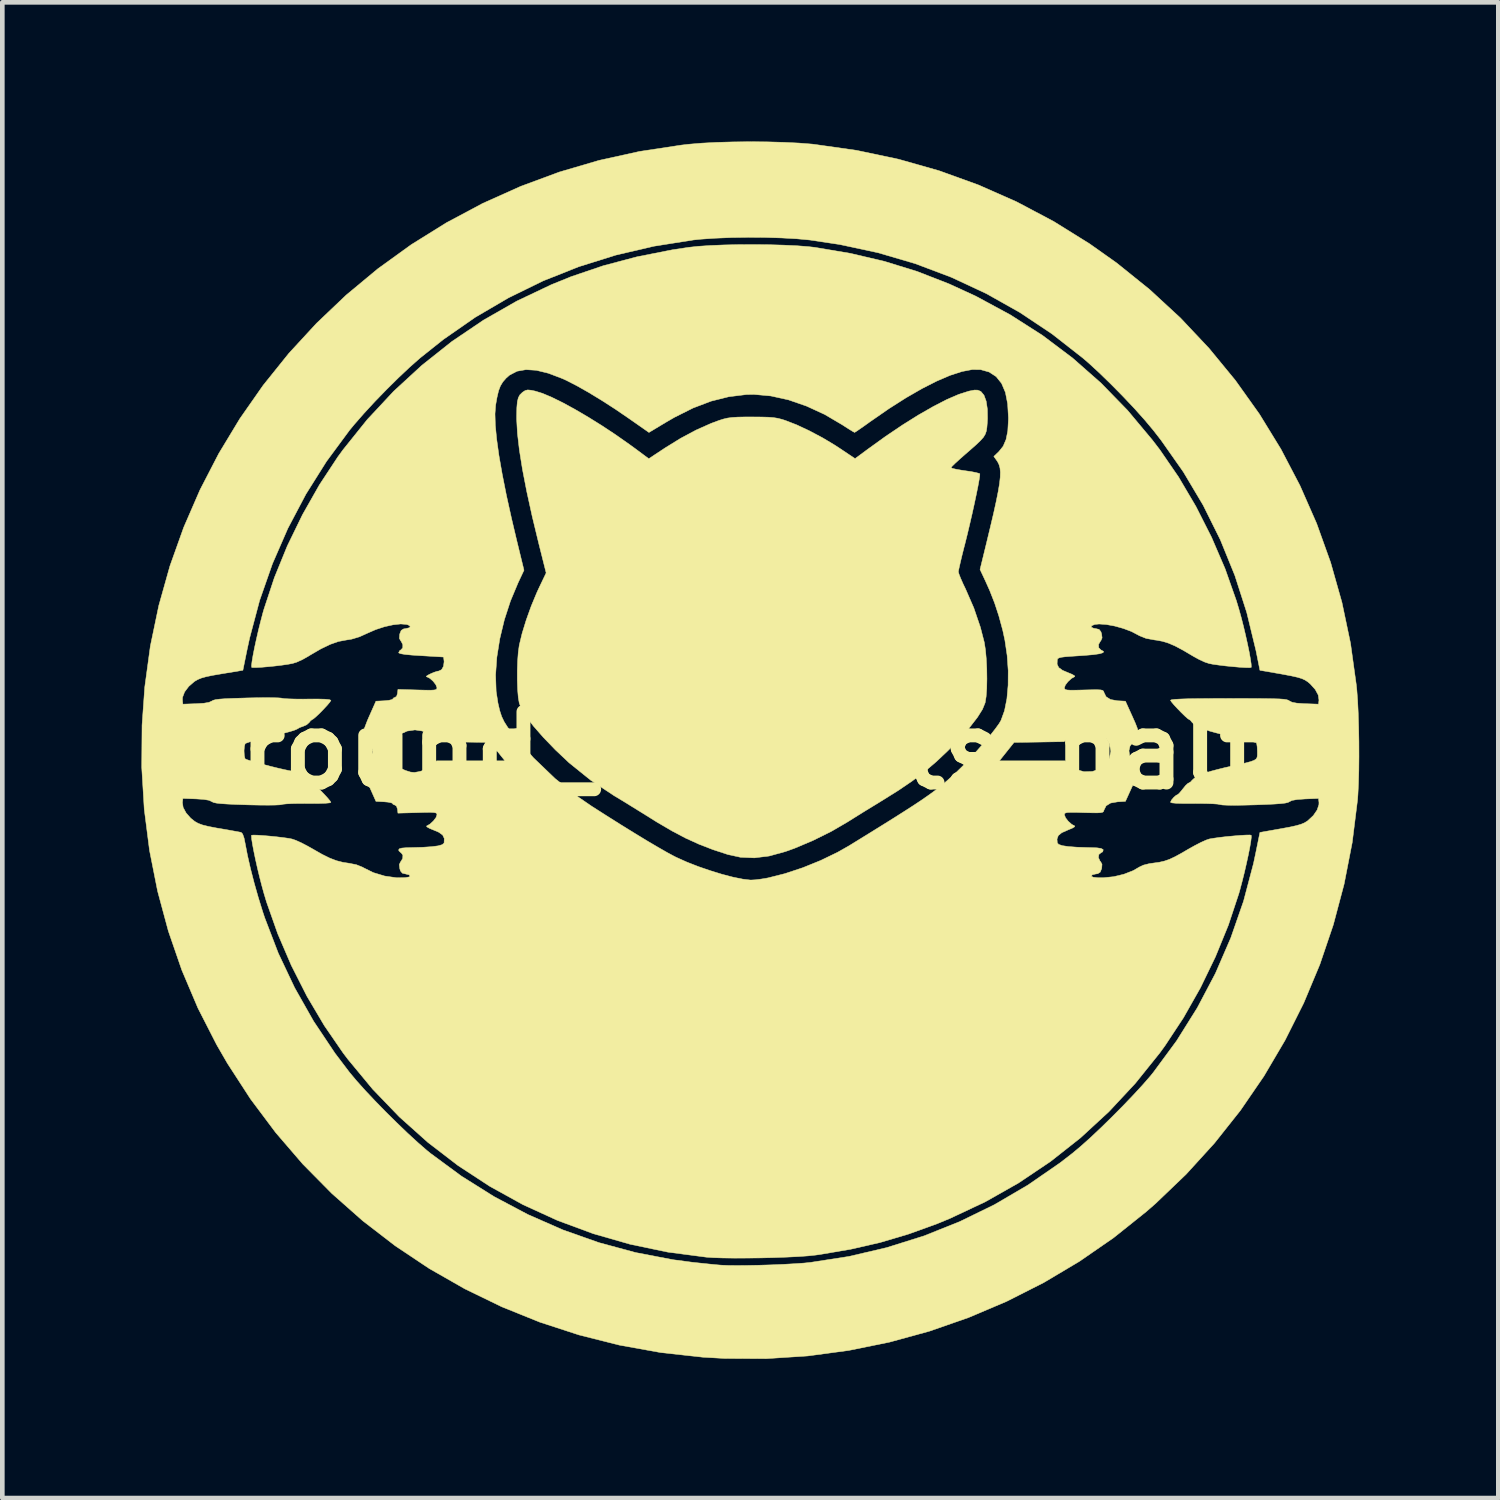
<source format=kicad_pcb>
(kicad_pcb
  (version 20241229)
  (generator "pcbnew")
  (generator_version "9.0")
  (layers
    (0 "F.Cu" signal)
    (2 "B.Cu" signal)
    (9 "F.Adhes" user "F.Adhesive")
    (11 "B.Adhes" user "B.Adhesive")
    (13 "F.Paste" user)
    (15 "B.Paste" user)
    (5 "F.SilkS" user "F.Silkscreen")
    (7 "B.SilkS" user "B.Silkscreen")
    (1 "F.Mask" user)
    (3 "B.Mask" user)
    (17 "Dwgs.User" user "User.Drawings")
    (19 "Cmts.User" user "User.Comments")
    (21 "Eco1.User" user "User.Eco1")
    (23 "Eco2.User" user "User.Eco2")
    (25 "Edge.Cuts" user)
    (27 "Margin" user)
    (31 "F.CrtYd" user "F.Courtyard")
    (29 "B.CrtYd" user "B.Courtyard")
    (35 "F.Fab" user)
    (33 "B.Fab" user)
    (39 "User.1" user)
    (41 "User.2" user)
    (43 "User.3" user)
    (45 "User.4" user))
  (footprint "round_suncats_half"
    (layer "F.Cu")
    (at 13.132 13.129)
    (property "Reference" "round_suncats_half" (at 0 0 0) (layer "F.SilkS") (effects (font (size 1.524 1.524) (thickness 0.3))))
    (attr through_hole)
    (fp_poly (pts (xy -4.734 -7.767) (xy -4.648 -7.749) (xy -4.489 -7.7) (xy -4.288 -7.615) (xy -4.052 -7.499) (xy -3.79 -7.356) (xy -3.508 -7.191) (xy -3.214 -7.008) (xy -2.916 -6.811) (xy -2.621 -6.604) (xy -2.49 -6.509) (xy -2.197 -6.291) (xy -1.843 -6.525) (xy -1.511 -6.73) (xy -1.176 -6.909) (xy -0.855 -7.052) (xy -0.683 -7.116) (xy -0.588 -7.146) (xy -0.499 -7.167) (xy -0.401 -7.18) (xy -0.279 -7.188) (xy -0.12 -7.191) (xy 0.032 -7.191) (xy 0.229 -7.19) (xy 0.377 -7.186) (xy 0.491 -7.177) (xy 0.585 -7.162) (xy 0.674 -7.139) (xy 0.746 -7.116) (xy 0.991 -7.021) (xy 1.264 -6.893) (xy 1.547 -6.743) (xy 1.819 -6.58) (xy 1.926 -6.51) (xy 2.25 -6.293) (xy 2.53 -6.5) (xy 2.909 -6.773) (xy 3.274 -7.019) (xy 3.619 -7.235) (xy 3.939 -7.418) (xy 4.228 -7.567) (xy 4.483 -7.677) (xy 4.698 -7.746) (xy 4.721 -7.751) (xy 4.826 -7.771) (xy 4.894 -7.769) (xy 4.95 -7.746) (xy 4.965 -7.737) (xy 5.029 -7.66) (xy 5.076 -7.531) (xy 5.102 -7.359) (xy 5.105 -7.154) (xy 5.1 -7.067) (xy 5.092 -6.967) (xy 5.08 -6.888) (xy 5.057 -6.821) (xy 5.018 -6.755) (xy 4.954 -6.683) (xy 4.861 -6.594) (xy 4.731 -6.479) (xy 4.612 -6.376) (xy 4.499 -6.276) (xy 4.406 -6.191) (xy 4.343 -6.129) (xy 4.318 -6.098) (xy 4.318 -6.097) (xy 4.347 -6.083) (xy 4.426 -6.064) (xy 4.541 -6.044) (xy 4.62 -6.032) (xy 4.752 -6.013) (xy 4.858 -5.992) (xy 4.924 -5.974) (xy 4.939 -5.966) (xy 4.938 -5.926) (xy 4.924 -5.833) (xy 4.899 -5.696) (xy 4.864 -5.524) (xy 4.822 -5.325) (xy 4.774 -5.108) (xy 4.722 -4.882) (xy 4.668 -4.655) (xy 4.614 -4.437) (xy 4.601 -4.389) (xy 4.558 -4.219) (xy 4.522 -4.068) (xy 4.495 -3.949) (xy 4.479 -3.872) (xy 4.477 -3.852) (xy 4.49 -3.804) (xy 4.526 -3.712) (xy 4.579 -3.592) (xy 4.633 -3.48) (xy 4.81 -3.073) (xy 4.951 -2.659) (xy 5.035 -2.334) (xy 5.06 -2.175) (xy 5.078 -1.979) (xy 5.089 -1.764) (xy 5.092 -1.545) (xy 5.088 -1.339) (xy 5.075 -1.163) (xy 5.054 -1.032) (xy 5.053 -1.028) (xy 4.997 -0.89) (xy 4.889 -0.718) (xy 4.731 -0.514) (xy 4.526 -0.281) (xy 4.273 -0.019) (xy 4.251 0.003) (xy 4.005 0.236) (xy 3.755 0.449) (xy 3.486 0.653) (xy 3.185 0.858) (xy 2.857 1.063) (xy 2.675 1.175) (xy 2.483 1.292) (xy 2.301 1.405) (xy 2.148 1.501) (xy 2.096 1.534) (xy 1.737 1.743) (xy 1.344 1.938) (xy 0.947 2.106) (xy 0.746 2.178) (xy 0.4 2.273) (xy 0.08 2.313) (xy -0.222 2.3) (xy -0.492 2.241) (xy -0.815 2.135) (xy -1.112 2.02) (xy -1.4 1.889) (xy -1.694 1.734) (xy -2.012 1.548) (xy -2.159 1.456) (xy -2.344 1.341) (xy -2.546 1.216) (xy -2.743 1.094) (xy -2.914 0.991) (xy -2.943 0.974) (xy -3.449 0.639) (xy -3.913 0.265) (xy -4.209 -0.014) (xy -4.473 -0.288) (xy -4.683 -0.528) (xy -4.84 -0.734) (xy -4.944 -0.906) (xy -4.989 -1.023) (xy -5.01 -1.146) (xy -5.024 -1.315) (xy -5.031 -1.514) (xy -5.031 -1.725) (xy -5.024 -1.932) (xy -5.01 -2.119) (xy -4.989 -2.268) (xy -4.989 -2.27) (xy -4.927 -2.527) (xy -4.838 -2.816) (xy -4.731 -3.114) (xy -4.612 -3.4) (xy -4.57 -3.492) (xy -4.409 -3.829) (xy -4.568 -4.462) (xy -4.71 -5.05) (xy -4.827 -5.583) (xy -4.919 -6.058) (xy -4.986 -6.477) (xy -5.028 -6.839) (xy -5.045 -7.143) (xy -5.045 -7.217) (xy -5.041 -7.393) (xy -5.03 -7.518) (xy -5.009 -7.605) (xy -4.976 -7.667) (xy -4.926 -7.716) (xy -4.914 -7.726) (xy -4.86 -7.761) (xy -4.807 -7.774) (xy -4.734 -7.767)) (stroke (width 0.01) (type solid)) (fill yes) (layer "F.SilkS"))
    (fp_poly (pts (xy 0.359 -13.121) (xy 0.716 -13.111) (xy 1.042 -13.095) (xy 1.323 -13.073) (xy 1.357 -13.069) (xy 2.282 -12.938) (xy 3.183 -12.748) (xy 4.058 -12.5) (xy 4.908 -12.193) (xy 5.732 -11.829) (xy 6.531 -11.406) (xy 7.304 -10.925) (xy 7.89 -10.51) (xy 8.6 -9.938) (xy 9.264 -9.325) (xy 9.88 -8.671) (xy 10.448 -7.98) (xy 10.965 -7.255) (xy 11.43 -6.497) (xy 11.842 -5.709) (xy 12.2 -4.894) (xy 12.501 -4.055) (xy 12.745 -3.193) (xy 12.93 -2.312) (xy 13.055 -1.413) (xy 13.066 -1.307) (xy 13.083 -1.081) (xy 13.096 -0.809) (xy 13.105 -0.508) (xy 13.111 -0.189) (xy 13.112 0.131) (xy 13.109 0.438) (xy 13.101 0.719) (xy 13.089 0.959) (xy 13.081 1.064) (xy 12.967 1.98) (xy 12.792 2.878) (xy 12.559 3.756) (xy 12.269 4.611) (xy 11.922 5.441) (xy 11.52 6.243) (xy 11.065 7.016) (xy 10.557 7.757) (xy 9.997 8.463) (xy 9.387 9.133) (xy 8.728 9.764) (xy 8.525 9.941) (xy 7.822 10.503) (xy 7.084 11.013) (xy 6.315 11.47) (xy 5.517 11.874) (xy 4.695 12.223) (xy 3.851 12.517) (xy 2.99 12.753) (xy 2.115 12.931) (xy 1.23 13.05) (xy 0.337 13.108) (xy -0.559 13.104) (xy -1.032 13.077) (xy -1.939 12.977) (xy -2.828 12.817) (xy -3.698 12.598) (xy -4.545 12.322) (xy -5.367 11.99) (xy -6.162 11.604) (xy -6.929 11.166) (xy -7.663 10.676) (xy -8.364 10.136) (xy -9.029 9.548) (xy -9.655 8.914) (xy -10.24 8.234) (xy -10.782 7.51) (xy -11.279 6.744) (xy -11.512 6.341) (xy -11.916 5.55) (xy -12.263 4.732) (xy -12.553 3.891) (xy -12.785 3.03) (xy -12.959 2.152) (xy -13.073 1.261) (xy -13.081 1.122) (xy -12.25 1.122) (xy -12.234 1.227) (xy -12.171 1.344) (xy -12.072 1.457) (xy -11.982 1.529) (xy -11.909 1.57) (xy -11.814 1.605) (xy -11.684 1.637) (xy -11.507 1.671) (xy -11.446 1.681) (xy -11.288 1.708) (xy -11.15 1.733) (xy -11.045 1.752) (xy -10.988 1.763) (xy -10.984 1.764) (xy -10.951 1.8) (xy -10.92 1.889) (xy -10.893 2.024) (xy -10.846 2.267) (xy -10.781 2.551) (xy -10.702 2.858) (xy -10.613 3.171) (xy -10.52 3.472) (xy -10.477 3.601) (xy -10.184 4.366) (xy -9.831 5.112) (xy -9.423 5.833) (xy -8.962 6.523) (xy -8.648 6.937) (xy -8.499 7.115) (xy -8.312 7.324) (xy -8.097 7.552) (xy -7.866 7.789) (xy -7.628 8.024) (xy -7.395 8.248) (xy -7.176 8.449) (xy -6.983 8.617) (xy -6.906 8.68) (xy -6.235 9.174) (xy -5.532 9.615) (xy -4.801 10.002) (xy -4.047 10.333) (xy -3.272 10.607) (xy -2.481 10.821) (xy -1.678 10.975) (xy -1.254 11.031) (xy -1.075 11.05) (xy -0.902 11.068) (xy -0.754 11.083) (xy -0.647 11.092) (xy -0.635 11.093) (xy -0.489 11.099) (xy -0.294 11.101) (xy -0.063 11.099) (xy 0.19 11.094) (xy 0.452 11.086) (xy 0.708 11.075) (xy 0.944 11.062) (xy 1.148 11.048) (xy 1.286 11.034) (xy 2.118 10.905) (xy 2.934 10.714) (xy 3.73 10.464) (xy 4.504 10.155) (xy 5.254 9.789) (xy 5.976 9.366) (xy 6.668 8.888) (xy 6.937 8.68) (xy 7.115 8.531) (xy 7.324 8.344) (xy 7.552 8.129) (xy 7.789 7.897) (xy 8.024 7.66) (xy 8.248 7.426) (xy 8.449 7.208) (xy 8.617 7.015) (xy 8.68 6.937) (xy 9.181 6.257) (xy 9.627 5.545) (xy 10.017 4.805) (xy 10.349 4.038) (xy 10.624 3.247) (xy 10.839 2.433) (xy 10.89 2.192) (xy 10.977 1.765) (xy 11.434 1.684) (xy 11.624 1.649) (xy 11.763 1.618) (xy 11.863 1.589) (xy 11.937 1.558) (xy 11.997 1.521) (xy 12.009 1.512) (xy 12.128 1.401) (xy 12.211 1.28) (xy 12.249 1.164) (xy 12.25 1.12) (xy 12.24 1.032) (xy 11.954 1.043) (xy 11.782 1.055) (xy 11.668 1.075) (xy 11.615 1.101) (xy 11.583 1.118) (xy 11.524 1.132) (xy 11.431 1.143) (xy 11.296 1.153) (xy 11.112 1.162) (xy 10.872 1.171) (xy 10.869 1.171) (xy 10.634 1.177) (xy 10.434 1.18) (xy 10.276 1.178) (xy 10.167 1.173) (xy 10.114 1.164) (xy 10.114 1.164) (xy 10.063 1.154) (xy 9.96 1.147) (xy 9.818 1.142) (xy 9.651 1.14) (xy 9.551 1.141) (xy 9.332 1.141) (xy 9.176 1.137) (xy 9.081 1.128) (xy 9.049 1.114) (xy 9.049 1.113) (xy 9.07 1.068) (xy 9.119 1.01) (xy 9.172 0.964) (xy 9.2 0.952) (xy 9.231 0.928) (xy 9.283 0.868) (xy 9.317 0.825) (xy 9.377 0.751) (xy 9.427 0.706) (xy 9.444 0.699) (xy 9.486 0.674) (xy 9.515 0.639) (xy 9.573 0.587) (xy 9.642 0.557) (xy 9.725 0.527) (xy 9.779 0.496) (xy 9.826 0.475) (xy 9.922 0.445) (xy 10.057 0.409) (xy 10.217 0.369) (xy 10.303 0.35) (xy 10.513 0.303) (xy 10.67 0.267) (xy 10.781 0.237) (xy 10.853 0.21) (xy 10.896 0.181) (xy 10.916 0.146) (xy 10.922 0.1) (xy 10.922 0.04) (xy 10.922 0.019) (xy 10.918 -0.08) (xy 10.908 -0.149) (xy 10.898 -0.169) (xy 10.861 -0.181) (xy 10.772 -0.204) (xy 10.643 -0.235) (xy 10.484 -0.273) (xy 10.351 -0.303) (xy 10.174 -0.345) (xy 10.016 -0.386) (xy 9.89 -0.421) (xy 9.807 -0.449) (xy 9.779 -0.463) (xy 9.713 -0.501) (xy 9.642 -0.525) (xy 9.563 -0.562) (xy 9.515 -0.607) (xy 9.476 -0.655) (xy 9.455 -0.667) (xy 9.422 -0.688) (xy 9.359 -0.744) (xy 9.279 -0.822) (xy 9.196 -0.908) (xy 9.121 -0.989) (xy 9.068 -1.053) (xy 9.049 -1.085) (xy 9.073 -1.095) (xy 9.146 -1.104) (xy 9.27 -1.111) (xy 9.447 -1.117) (xy 9.679 -1.12) (xy 9.968 -1.122) (xy 10.316 -1.123) (xy 10.726 -1.122) (xy 10.836 -1.122) (xy 11.075 -1.12) (xy 11.259 -1.117) (xy 11.395 -1.113) (xy 11.491 -1.106) (xy 11.555 -1.096) (xy 11.595 -1.082) (xy 11.614 -1.069) (xy 11.67 -1.041) (xy 11.77 -1.022) (xy 11.922 -1.011) (xy 11.954 -1.01) (xy 12.24 -1) (xy 12.25 -1.088) (xy 12.234 -1.197) (xy 12.169 -1.317) (xy 12.064 -1.434) (xy 12.009 -1.481) (xy 11.951 -1.519) (xy 11.882 -1.551) (xy 11.79 -1.579) (xy 11.662 -1.608) (xy 11.487 -1.641) (xy 11.434 -1.651) (xy 10.977 -1.73) (xy 10.891 -2.159) (xy 10.693 -2.976) (xy 10.437 -3.773) (xy 10.123 -4.545) (xy 9.752 -5.291) (xy 9.326 -6.007) (xy 8.846 -6.69) (xy 8.678 -6.906) (xy 8.492 -7.128) (xy 8.27 -7.376) (xy 8.024 -7.636) (xy 7.768 -7.896) (xy 7.516 -8.141) (xy 7.28 -8.358) (xy 7.16 -8.461) (xy 6.497 -8.98) (xy 5.803 -9.443) (xy 5.08 -9.85) (xy 4.328 -10.201) (xy 3.55 -10.495) (xy 2.746 -10.731) (xy 1.917 -10.909) (xy 1.27 -11.006) (xy 0.991 -11.032) (xy 0.666 -11.05) (xy 0.312 -11.061) (xy -0.057 -11.063) (xy -0.421 -11.058) (xy -0.767 -11.044) (xy -1.075 -11.023) (xy -1.238 -11.006) (xy -2.085 -10.872) (xy -2.908 -10.68) (xy -3.706 -10.43) (xy -4.478 -10.123) (xy -5.223 -9.758) (xy -5.94 -9.338) (xy -6.626 -8.861) (xy -7.128 -8.461) (xy -7.349 -8.266) (xy -7.594 -8.035) (xy -7.85 -7.782) (xy -8.103 -7.521) (xy -8.34 -7.264) (xy -8.548 -7.026) (xy -8.647 -6.906) (xy -9.144 -6.233) (xy -9.587 -5.528) (xy -9.976 -4.791) (xy -10.309 -4.027) (xy -10.585 -3.238) (xy -10.801 -2.426) (xy -10.859 -2.159) (xy -10.946 -1.731) (xy -11.402 -1.655) (xy -11.594 -1.622) (xy -11.735 -1.593) (xy -11.839 -1.564) (xy -11.917 -1.532) (xy -11.983 -1.494) (xy -11.991 -1.489) (xy -12.113 -1.383) (xy -12.202 -1.265) (xy -12.247 -1.148) (xy -12.25 -1.088) (xy -12.24 -1) (xy -11.954 -1.01) (xy -11.788 -1.02) (xy -11.677 -1.039) (xy -11.617 -1.067) (xy -11.616 -1.067) (xy -11.586 -1.084) (xy -11.532 -1.098) (xy -11.446 -1.109) (xy -11.32 -1.118) (xy -11.148 -1.125) (xy -10.921 -1.132) (xy -10.865 -1.134) (xy -10.658 -1.138) (xy -10.47 -1.14) (xy -10.311 -1.139) (xy -10.191 -1.136) (xy -10.12 -1.131) (xy -10.108 -1.128) (xy -10.057 -1.12) (xy -9.955 -1.114) (xy -9.814 -1.11) (xy -9.647 -1.109) (xy -9.549 -1.11) (xy -9.333 -1.111) (xy -9.18 -1.107) (xy -9.085 -1.098) (xy -9.049 -1.084) (xy -9.049 -1.082) (xy -9.07 -1.046) (xy -9.125 -0.98) (xy -9.201 -0.898) (xy -9.284 -0.812) (xy -9.363 -0.737) (xy -9.425 -0.684) (xy -9.454 -0.667) (xy -9.488 -0.643) (xy -9.515 -0.607) (xy -9.573 -0.555) (xy -9.642 -0.525) (xy -9.725 -0.495) (xy -9.779 -0.463) (xy -9.825 -0.443) (xy -9.921 -0.412) (xy -10.057 -0.375) (xy -10.221 -0.334) (xy -10.351 -0.303) (xy -10.525 -0.262) (xy -10.678 -0.222) (xy -10.798 -0.187) (xy -10.875 -0.16) (xy -10.898 -0.147) (xy -10.913 -0.094) (xy -10.921 -0.007) (xy -10.921 0.016) (xy -10.916 0.106) (xy -10.902 0.17) (xy -10.898 0.178) (xy -10.862 0.195) (xy -10.777 0.223) (xy -10.656 0.259) (xy -10.51 0.298) (xy -10.354 0.339) (xy -10.2 0.377) (xy -10.06 0.409) (xy -9.948 0.433) (xy -9.875 0.444) (xy -9.865 0.445) (xy -9.806 0.467) (xy -9.781 0.49) (xy -9.723 0.53) (xy -9.648 0.556) (xy -9.567 0.591) (xy -9.516 0.638) (xy -9.477 0.686) (xy -9.455 0.699) (xy -9.422 0.72) (xy -9.359 0.776) (xy -9.279 0.854) (xy -9.196 0.94) (xy -9.121 1.021) (xy -9.068 1.085) (xy -9.049 1.117) (xy -9.079 1.128) (xy -9.165 1.136) (xy -9.299 1.14) (xy -9.473 1.141) (xy -9.552 1.141) (xy -9.727 1.14) (xy -9.883 1.143) (xy -10.006 1.149) (xy -10.085 1.157) (xy -10.105 1.163) (xy -10.151 1.17) (xy -10.251 1.175) (xy -10.395 1.177) (xy -10.575 1.176) (xy -10.781 1.172) (xy -10.858 1.17) (xy -11.099 1.162) (xy -11.284 1.153) (xy -11.42 1.144) (xy -11.515 1.133) (xy -11.576 1.12) (xy -11.611 1.104) (xy -11.615 1.101) (xy -11.676 1.072) (xy -11.789 1.053) (xy -11.954 1.042) (xy -12.24 1.032) (xy -12.25 1.122) (xy -13.081 1.122) (xy -13.127 0.36) (xy -13.12 -0.547) (xy -13.062 -1.365) (xy -12.941 -2.253) (xy -12.759 -3.125) (xy -12.519 -3.979) (xy -12.222 -4.811) (xy -11.871 -5.619) (xy -11.467 -6.401) (xy -11.012 -7.154) (xy -10.508 -7.875) (xy -9.957 -8.561) (xy -9.36 -9.209) (xy -8.72 -9.818) (xy -8.039 -10.384) (xy -7.318 -10.905) (xy -6.559 -11.378) (xy -5.779 -11.794) (xy -4.958 -12.162) (xy -4.124 -12.471) (xy -3.272 -12.721) (xy -2.398 -12.914) (xy -1.496 -13.051) (xy -1.333 -13.07) (xy -1.059 -13.093) (xy -0.737 -13.11) (xy -0.383 -13.12) (xy -0.012 -13.124) (xy 0.359 -13.121)) (stroke (width 0.01) (type solid)) (fill yes) (layer "F.SilkS"))
    (fp_poly (pts (xy 0.395 -10.904) (xy 0.708 -10.895) (xy 0.994 -10.882) (xy 1.239 -10.863) (xy 1.381 -10.847) (xy 2.152 -10.717) (xy 2.884 -10.545) (xy 3.59 -10.327) (xy 4.28 -10.058) (xy 4.856 -9.793) (xy 5.594 -9.394) (xy 6.288 -8.951) (xy 6.939 -8.461) (xy 7.55 -7.923) (xy 8.123 -7.335) (xy 8.658 -6.695) (xy 8.818 -6.486) (xy 9.223 -5.897) (xy 9.597 -5.263) (xy 9.934 -4.598) (xy 10.227 -3.917) (xy 10.468 -3.234) (xy 10.524 -3.048) (xy 10.573 -2.871) (xy 10.622 -2.68) (xy 10.668 -2.485) (xy 10.71 -2.296) (xy 10.746 -2.123) (xy 10.772 -1.976) (xy 10.788 -1.866) (xy 10.791 -1.802) (xy 10.788 -1.792) (xy 10.749 -1.787) (xy 10.662 -1.789) (xy 10.539 -1.796) (xy 10.394 -1.809) (xy 10.241 -1.824) (xy 10.094 -1.842) (xy 9.966 -1.86) (xy 9.883 -1.876) (xy 9.789 -1.907) (xy 9.667 -1.963) (xy 9.543 -2.031) (xy 9.533 -2.037) (xy 9.325 -2.16) (xy 9.155 -2.251) (xy 9.01 -2.314) (xy 8.877 -2.355) (xy 8.744 -2.38) (xy 8.714 -2.383) (xy 8.523 -2.418) (xy 8.378 -2.476) (xy 8.355 -2.489) (xy 8.209 -2.566) (xy 8.033 -2.632) (xy 7.847 -2.684) (xy 7.666 -2.717) (xy 7.51 -2.728) (xy 7.414 -2.718) (xy 7.348 -2.689) (xy 7.342 -2.659) (xy 7.395 -2.635) (xy 7.436 -2.629) (xy 7.51 -2.611) (xy 7.549 -2.562) (xy 7.564 -2.515) (xy 7.575 -2.428) (xy 7.549 -2.369) (xy 7.542 -2.362) (xy 7.499 -2.289) (xy 7.502 -2.217) (xy 7.55 -2.168) (xy 7.555 -2.166) (xy 7.607 -2.137) (xy 7.596 -2.11) (xy 7.522 -2.087) (xy 7.385 -2.067) (xy 7.185 -2.05) (xy 7.096 -2.044) (xy 6.912 -2.032) (xy 6.781 -2.022) (xy 6.695 -2.011) (xy 6.644 -1.997) (xy 6.618 -1.979) (xy 6.609 -1.958) (xy 6.605 -1.862) (xy 6.64 -1.789) (xy 6.723 -1.729) (xy 6.834 -1.682) (xy 6.926 -1.644) (xy 6.98 -1.613) (xy 6.987 -1.595) (xy 6.985 -1.594) (xy 6.914 -1.554) (xy 6.84 -1.486) (xy 6.783 -1.412) (xy 6.763 -1.356) (xy 6.766 -1.331) (xy 6.784 -1.314) (xy 6.825 -1.305) (xy 6.9 -1.301) (xy 7.019 -1.302) (xy 7.183 -1.306) (xy 7.353 -1.31) (xy 7.471 -1.311) (xy 7.545 -1.307) (xy 7.587 -1.297) (xy 7.607 -1.279) (xy 7.615 -1.254) (xy 7.661 -1.16) (xy 7.757 -1.1) (xy 7.907 -1.073) (xy 7.909 -1.073) (xy 8.078 -1.064) (xy 8.227 -0.735) (xy 8.293 -0.587) (xy 8.333 -0.484) (xy 8.353 -0.412) (xy 8.355 -0.358) (xy 8.344 -0.312) (xy 8.295 -0.227) (xy 8.235 -0.169) (xy 8.177 -0.097) (xy 8.154 0.003) (xy 8.168 0.106) (xy 8.218 0.187) (xy 8.235 0.201) (xy 8.302 0.268) (xy 8.344 0.344) (xy 8.355 0.392) (xy 8.352 0.447) (xy 8.332 0.52) (xy 8.29 0.626) (xy 8.227 0.767) (xy 8.078 1.095) (xy 7.909 1.105) (xy 7.759 1.131) (xy 7.662 1.191) (xy 7.615 1.284) (xy 7.615 1.286) (xy 7.607 1.312) (xy 7.587 1.329) (xy 7.544 1.339) (xy 7.469 1.343) (xy 7.351 1.342) (xy 7.183 1.338) (xy 7.013 1.333) (xy 6.896 1.333) (xy 6.823 1.336) (xy 6.783 1.346) (xy 6.766 1.363) (xy 6.763 1.387) (xy 6.787 1.449) (xy 6.845 1.524) (xy 6.919 1.59) (xy 6.985 1.626) (xy 6.982 1.643) (xy 6.93 1.674) (xy 6.84 1.711) (xy 6.834 1.714) (xy 6.705 1.771) (xy 6.631 1.832) (xy 6.603 1.908) (xy 6.609 1.99) (xy 6.639 2.023) (xy 6.717 2.05) (xy 6.845 2.069) (xy 7.03 2.083) (xy 7.273 2.091) (xy 7.323 2.092) (xy 7.464 2.097) (xy 7.551 2.11) (xy 7.593 2.131) (xy 7.599 2.14) (xy 7.588 2.183) (xy 7.554 2.201) (xy 7.505 2.24) (xy 7.496 2.307) (xy 7.529 2.38) (xy 7.542 2.394) (xy 7.573 2.45) (xy 7.567 2.532) (xy 7.564 2.547) (xy 7.534 2.621) (xy 7.482 2.654) (xy 7.434 2.661) (xy 7.363 2.678) (xy 7.343 2.708) (xy 7.343 2.709) (xy 7.383 2.73) (xy 7.483 2.741) (xy 7.607 2.741) (xy 7.824 2.719) (xy 8.045 2.666) (xy 8.245 2.588) (xy 8.378 2.511) (xy 8.465 2.47) (xy 8.592 2.438) (xy 8.669 2.427) (xy 8.802 2.409) (xy 8.916 2.383) (xy 9.027 2.345) (xy 9.15 2.287) (xy 9.301 2.204) (xy 9.427 2.13) (xy 9.57 2.05) (xy 9.705 1.98) (xy 9.819 1.929) (xy 9.887 1.906) (xy 9.982 1.89) (xy 10.109 1.872) (xy 10.256 1.855) (xy 10.408 1.841) (xy 10.551 1.829) (xy 10.671 1.822) (xy 10.756 1.82) (xy 10.789 1.825) (xy 10.792 1.865) (xy 10.781 1.955) (xy 10.759 2.087) (xy 10.727 2.249) (xy 10.687 2.432) (xy 10.643 2.624) (xy 10.595 2.816) (xy 10.547 2.998) (xy 10.524 3.08) (xy 10.298 3.761) (xy 10.019 4.444) (xy 9.694 5.115) (xy 9.329 5.759) (xy 8.932 6.361) (xy 8.818 6.518) (xy 8.29 7.175) (xy 7.721 7.785) (xy 7.111 8.347) (xy 6.462 8.859) (xy 5.776 9.32) (xy 5.054 9.729) (xy 4.297 10.085) (xy 4.016 10.201) (xy 3.402 10.423) (xy 2.788 10.605) (xy 2.155 10.75) (xy 1.485 10.864) (xy 1.397 10.876) (xy 1.236 10.893) (xy 1.025 10.908) (xy 0.775 10.92) (xy 0.501 10.93) (xy 0.213 10.937) (xy -0.074 10.94) (xy -0.348 10.941) (xy -0.597 10.938) (xy -0.807 10.931) (xy -0.953 10.921) (xy -1.786 10.812) (xy -2.6 10.642) (xy -3.394 10.414) (xy -4.164 10.129) (xy -4.908 9.789) (xy -5.623 9.394) (xy -6.308 8.946) (xy -6.958 8.447) (xy -7.572 7.898) (xy -8.148 7.3) (xy -8.682 6.655) (xy -8.786 6.518) (xy -9.191 5.929) (xy -9.566 5.295) (xy -9.903 4.63) (xy -10.195 3.949) (xy -10.436 3.266) (xy -10.492 3.08) (xy -10.539 2.91) (xy -10.587 2.724) (xy -10.633 2.532) (xy -10.675 2.344) (xy -10.711 2.17) (xy -10.739 2.022) (xy -10.757 1.908) (xy -10.762 1.84) (xy -10.759 1.826) (xy -10.721 1.822) (xy -10.634 1.824) (xy -10.513 1.832) (xy -10.37 1.844) (xy -10.221 1.859) (xy -10.079 1.876) (xy -9.957 1.893) (xy -9.887 1.907) (xy -9.806 1.935) (xy -9.688 1.988) (xy -9.552 2.059) (xy -9.442 2.121) (xy -9.241 2.236) (xy -9.075 2.318) (xy -8.929 2.374) (xy -8.788 2.41) (xy -8.655 2.43) (xy -8.5 2.461) (xy -8.367 2.514) (xy -8.347 2.526) (xy -8.135 2.631) (xy -7.89 2.705) (xy -7.639 2.741) (xy -7.591 2.742) (xy -7.448 2.739) (xy -7.365 2.725) (xy -7.343 2.709) (xy -7.361 2.679) (xy -7.431 2.662) (xy -7.434 2.661) (xy -7.509 2.643) (xy -7.549 2.595) (xy -7.564 2.547) (xy -7.575 2.459) (xy -7.549 2.401) (xy -7.542 2.394) (xy -7.501 2.325) (xy -7.498 2.254) (xy -7.534 2.205) (xy -7.541 2.202) (xy -7.583 2.162) (xy -7.588 2.14) (xy -7.573 2.117) (xy -7.52 2.102) (xy -7.419 2.094) (xy -7.326 2.092) (xy -7.072 2.085) (xy -6.877 2.072) (xy -6.738 2.054) (xy -6.651 2.029) (xy -6.612 1.997) (xy -6.609 1.99) (xy -6.605 1.894) (xy -6.64 1.821) (xy -6.723 1.761) (xy -6.834 1.714) (xy -6.926 1.676) (xy -6.98 1.645) (xy -6.987 1.627) (xy -6.985 1.626) (xy -6.914 1.586) (xy -6.84 1.518) (xy -6.783 1.444) (xy -6.763 1.387) (xy -6.766 1.362) (xy -6.783 1.346) (xy -6.824 1.336) (xy -6.899 1.332) (xy -7.017 1.333) (xy -7.183 1.338) (xy -7.604 1.349) (xy -7.614 1.262) (xy -7.636 1.197) (xy -7.67 1.175) (xy -7.711 1.158) (xy -7.715 1.145) (xy -7.744 1.127) (xy -7.819 1.112) (xy -7.896 1.105) (xy -8.078 1.095) (xy -8.226 0.763) (xy -8.299 0.589) (xy -8.34 0.46) (xy -8.349 0.365) (xy -8.327 0.293) (xy -8.274 0.235) (xy -8.237 0.208) (xy -8.177 0.135) (xy -8.154 0.035) (xy -8.157 0.005) (xy -7.768 0.005) (xy -7.742 0.146) (xy -7.732 0.169) (xy -7.652 0.297) (xy -7.546 0.383) (xy -7.44 0.43) (xy -7.332 0.464) (xy -7.249 0.472) (xy -7.155 0.456) (xy -7.103 0.443) (xy -7 0.399) (xy -6.897 0.332) (xy -6.877 0.316) (xy -6.77 0.222) (xy -5.296 0.222) (xy -5.455 0.024) (xy -5.613 -0.175) (xy -6.192 -0.183) (xy -6.397 -0.187) (xy -6.548 -0.191) (xy -6.654 -0.196) (xy -6.726 -0.205) (xy -6.772 -0.217) (xy -6.801 -0.236) (xy -6.825 -0.261) (xy -6.829 -0.267) (xy -6.938 -0.359) (xy -7.083 -0.422) (xy -7.237 -0.445) (xy -7.406 -0.42) (xy -7.551 -0.354) (xy -7.665 -0.254) (xy -7.74 -0.132) (xy -7.768 0.005) (xy -8.157 0.005) (xy -8.166 -0.069) (xy -8.214 -0.152) (xy -8.235 -0.169) (xy -8.305 -0.226) (xy -8.342 -0.292) (xy -8.348 -0.377) (xy -8.322 -0.492) (xy -8.263 -0.646) (xy -8.226 -0.731) (xy -8.078 -1.064) (xy -7.896 -1.073) (xy -7.799 -1.083) (xy -7.733 -1.099) (xy -7.715 -1.113) (xy -7.69 -1.14) (xy -7.67 -1.143) (xy -7.632 -1.171) (xy -7.614 -1.23) (xy -7.604 -1.318) (xy -7.183 -1.306) (xy -7.013 -1.302) (xy -6.896 -1.301) (xy -6.823 -1.305) (xy -6.783 -1.315) (xy -6.766 -1.332) (xy -6.763 -1.356) (xy -6.787 -1.419) (xy -6.844 -1.493) (xy -6.916 -1.557) (xy -6.98 -1.589) (xy -6.987 -1.59) (xy -6.992 -1.602) (xy -6.955 -1.627) (xy -6.891 -1.659) (xy -6.819 -1.689) (xy -6.754 -1.709) (xy -6.724 -1.714) (xy -6.663 -1.743) (xy -6.622 -1.816) (xy -6.609 -1.913) (xy -6.61 -1.93) (xy -6.62 -2.016) (xy -7.104 -2.045) (xy -7.306 -2.058) (xy -7.45 -2.072) (xy -7.54 -2.087) (xy -7.583 -2.103) (xy -7.588 -2.113) (xy -7.563 -2.157) (xy -7.541 -2.17) (xy -7.5 -2.214) (xy -7.499 -2.284) (xy -7.535 -2.355) (xy -7.542 -2.362) (xy -7.573 -2.418) (xy -7.567 -2.5) (xy -7.564 -2.515) (xy -7.534 -2.59) (xy -7.482 -2.622) (xy -7.436 -2.629) (xy -7.357 -2.648) (xy -7.338 -2.676) (xy -7.38 -2.707) (xy -7.419 -2.719) (xy -7.544 -2.729) (xy -7.708 -2.711) (xy -7.893 -2.67) (xy -8.083 -2.608) (xy -8.246 -2.537) (xy -8.434 -2.452) (xy -8.6 -2.402) (xy -8.723 -2.382) (xy -8.888 -2.351) (xy -9.064 -2.289) (xy -9.264 -2.193) (xy -9.496 -2.058) (xy -9.541 -2.03) (xy -9.662 -1.962) (xy -9.785 -1.906) (xy -9.875 -1.878) (xy -9.977 -1.859) (xy -10.11 -1.84) (xy -10.258 -1.822) (xy -10.409 -1.807) (xy -10.548 -1.795) (xy -10.662 -1.789) (xy -10.736 -1.789) (xy -10.757 -1.793) (xy -10.76 -1.833) (xy -10.749 -1.924) (xy -10.727 -2.055) (xy -10.695 -2.218) (xy -10.655 -2.401) (xy -10.611 -2.594) (xy -10.563 -2.786) (xy -10.515 -2.969) (xy -10.492 -3.048) (xy -10.267 -3.729) (xy -9.988 -4.413) (xy -9.662 -5.083) (xy -9.297 -5.727) (xy -8.9 -6.33) (xy -8.786 -6.486) (xy -8.263 -7.138) (xy -8.15 -7.258) (xy -5.512 -7.258) (xy -5.505 -7.014) (xy -5.476 -6.714) (xy -5.427 -6.361) (xy -5.356 -5.956) (xy -5.266 -5.502) (xy -5.155 -5.001) (xy -5.046 -4.539) (xy -4.887 -3.887) (xy -5.014 -3.617) (xy -5.178 -3.225) (xy -5.31 -2.82) (xy -5.408 -2.412) (xy -5.472 -2.012) (xy -5.499 -1.63) (xy -5.487 -1.277) (xy -5.448 -1.024) (xy -5.41 -0.861) (xy -5.368 -0.733) (xy -5.314 -0.62) (xy -5.239 -0.502) (xy -5.131 -0.36) (xy -5.11 -0.333) (xy -4.683 0.156) (xy -4.215 0.605) (xy -3.714 1.004) (xy -3.425 1.202) (xy -3.102 1.408) (xy -2.791 1.604) (xy -2.498 1.785) (xy -2.23 1.948) (xy -1.994 2.087) (xy -1.795 2.201) (xy -1.64 2.284) (xy -1.597 2.305) (xy -1.374 2.405) (xy -1.128 2.501) (xy -0.871 2.589) (xy -0.618 2.667) (xy -0.381 2.729) (xy -0.174 2.771) (xy -0.009 2.791) (xy 0.009 2.791) (xy 0.1 2.786) (xy 0.227 2.77) (xy 0.363 2.747) (xy 0.374 2.745) (xy 0.738 2.653) (xy 1.124 2.525) (xy 1.509 2.369) (xy 1.873 2.193) (xy 2.118 2.054) (xy 2.483 1.829) (xy 2.799 1.633) (xy 3.07 1.464) (xy 3.302 1.317) (xy 3.501 1.189) (xy 3.67 1.077) (xy 3.816 0.976) (xy 3.942 0.885) (xy 4.055 0.798) (xy 4.159 0.713) (xy 4.26 0.626) (xy 4.361 0.533) (xy 4.443 0.458) (xy 4.58 0.324) (xy 4.677 0.222) (xy 5.36 0.222) (xy 6.775 0.222) (xy 6.861 0.304) (xy 7.011 0.406) (xy 7.184 0.456) (xy 7.365 0.451) (xy 7.526 0.396) (xy 7.646 0.301) (xy 7.73 0.169) (xy 7.763 0.02) (xy 7.763 0.01) (xy 7.735 -0.14) (xy 7.659 -0.264) (xy 7.546 -0.359) (xy 7.407 -0.42) (xy 7.254 -0.444) (xy 7.098 -0.426) (xy 6.951 -0.363) (xy 6.871 -0.301) (xy 6.755 -0.192) (xy 6.216 -0.183) (xy 5.677 -0.175) (xy 5.518 0.024) (xy 5.36 0.222) (xy 4.677 0.222) (xy 4.728 0.168) (xy 4.88 0.002) (xy 5.028 -0.166) (xy 5.162 -0.326) (xy 5.274 -0.469) (xy 5.357 -0.584) (xy 5.396 -0.651) (xy 5.472 -0.861) (xy 5.523 -1.117) (xy 5.549 -1.409) (xy 5.551 -1.724) (xy 5.528 -2.05) (xy 5.48 -2.376) (xy 5.434 -2.59) (xy 5.349 -2.903) (xy 5.258 -3.18) (xy 5.153 -3.448) (xy 5.059 -3.658) (xy 4.944 -3.903) (xy 5.078 -4.452) (xy 5.165 -4.813) (xy 5.237 -5.118) (xy 5.293 -5.373) (xy 5.335 -5.583) (xy 5.364 -5.754) (xy 5.379 -5.892) (xy 5.382 -6.002) (xy 5.374 -6.09) (xy 5.354 -6.161) (xy 5.325 -6.221) (xy 5.308 -6.247) (xy 5.241 -6.34) (xy 5.352 -6.447) (xy 5.443 -6.561) (xy 5.505 -6.706) (xy 5.542 -6.889) (xy 5.555 -7.122) (xy 5.556 -7.173) (xy 5.539 -7.473) (xy 5.491 -7.72) (xy 5.408 -7.915) (xy 5.291 -8.061) (xy 5.139 -8.16) (xy 4.954 -8.212) (xy 4.775 -8.213) (xy 4.556 -8.171) (xy 4.299 -8.088) (xy 4.01 -7.964) (xy 3.691 -7.802) (xy 3.346 -7.603) (xy 2.98 -7.37) (xy 2.596 -7.104) (xy 2.585 -7.097) (xy 2.46 -7.007) (xy 2.354 -6.933) (xy 2.278 -6.881) (xy 2.241 -6.858) (xy 2.239 -6.858) (xy 2.208 -6.874) (xy 2.136 -6.918) (xy 2.037 -6.981) (xy 1.977 -7.02) (xy 1.595 -7.245) (xy 1.204 -7.425) (xy 0.814 -7.56) (xy 0.433 -7.644) (xy 0.07 -7.677) (xy -0.094 -7.674) (xy -0.473 -7.627) (xy -0.853 -7.532) (xy -1.24 -7.385) (xy -1.642 -7.184) (xy -1.83 -7.075) (xy -2.193 -6.857) (xy -2.619 -7.155) (xy -2.916 -7.358) (xy -3.211 -7.548) (xy -3.492 -7.719) (xy -3.75 -7.865) (xy -3.974 -7.98) (xy -4.063 -8.02) (xy -4.36 -8.133) (xy -4.621 -8.197) (xy -4.845 -8.211) (xy -5.037 -8.177) (xy -5.198 -8.093) (xy -5.273 -8.027) (xy -5.343 -7.946) (xy -5.395 -7.86) (xy -5.435 -7.755) (xy -5.468 -7.615) (xy -5.498 -7.445) (xy -5.512 -7.258) (xy -8.15 -7.258) (xy -7.696 -7.745) (xy -7.087 -8.305) (xy -6.441 -8.818) (xy -5.759 -9.279) (xy -5.043 -9.688) (xy -4.298 -10.042) (xy -3.872 -10.215) (xy -3.178 -10.451) (xy -2.453 -10.643) (xy -1.69 -10.794) (xy -1.333 -10.848) (xy -1.128 -10.87) (xy -0.872 -10.887) (xy -0.579 -10.899) (xy -0.262 -10.906) (xy 0.067 -10.907) (xy 0.395 -10.904)) (stroke (width 0.01) (type solid)) (fill yes) (layer "F.SilkS")))
  (gr_rect
    (start -3 -3)
    (end 29.248 29.242)
    (stroke (width 0.1) (type default))
    (fill no)
    (layer "Edge.Cuts")))
</source>
